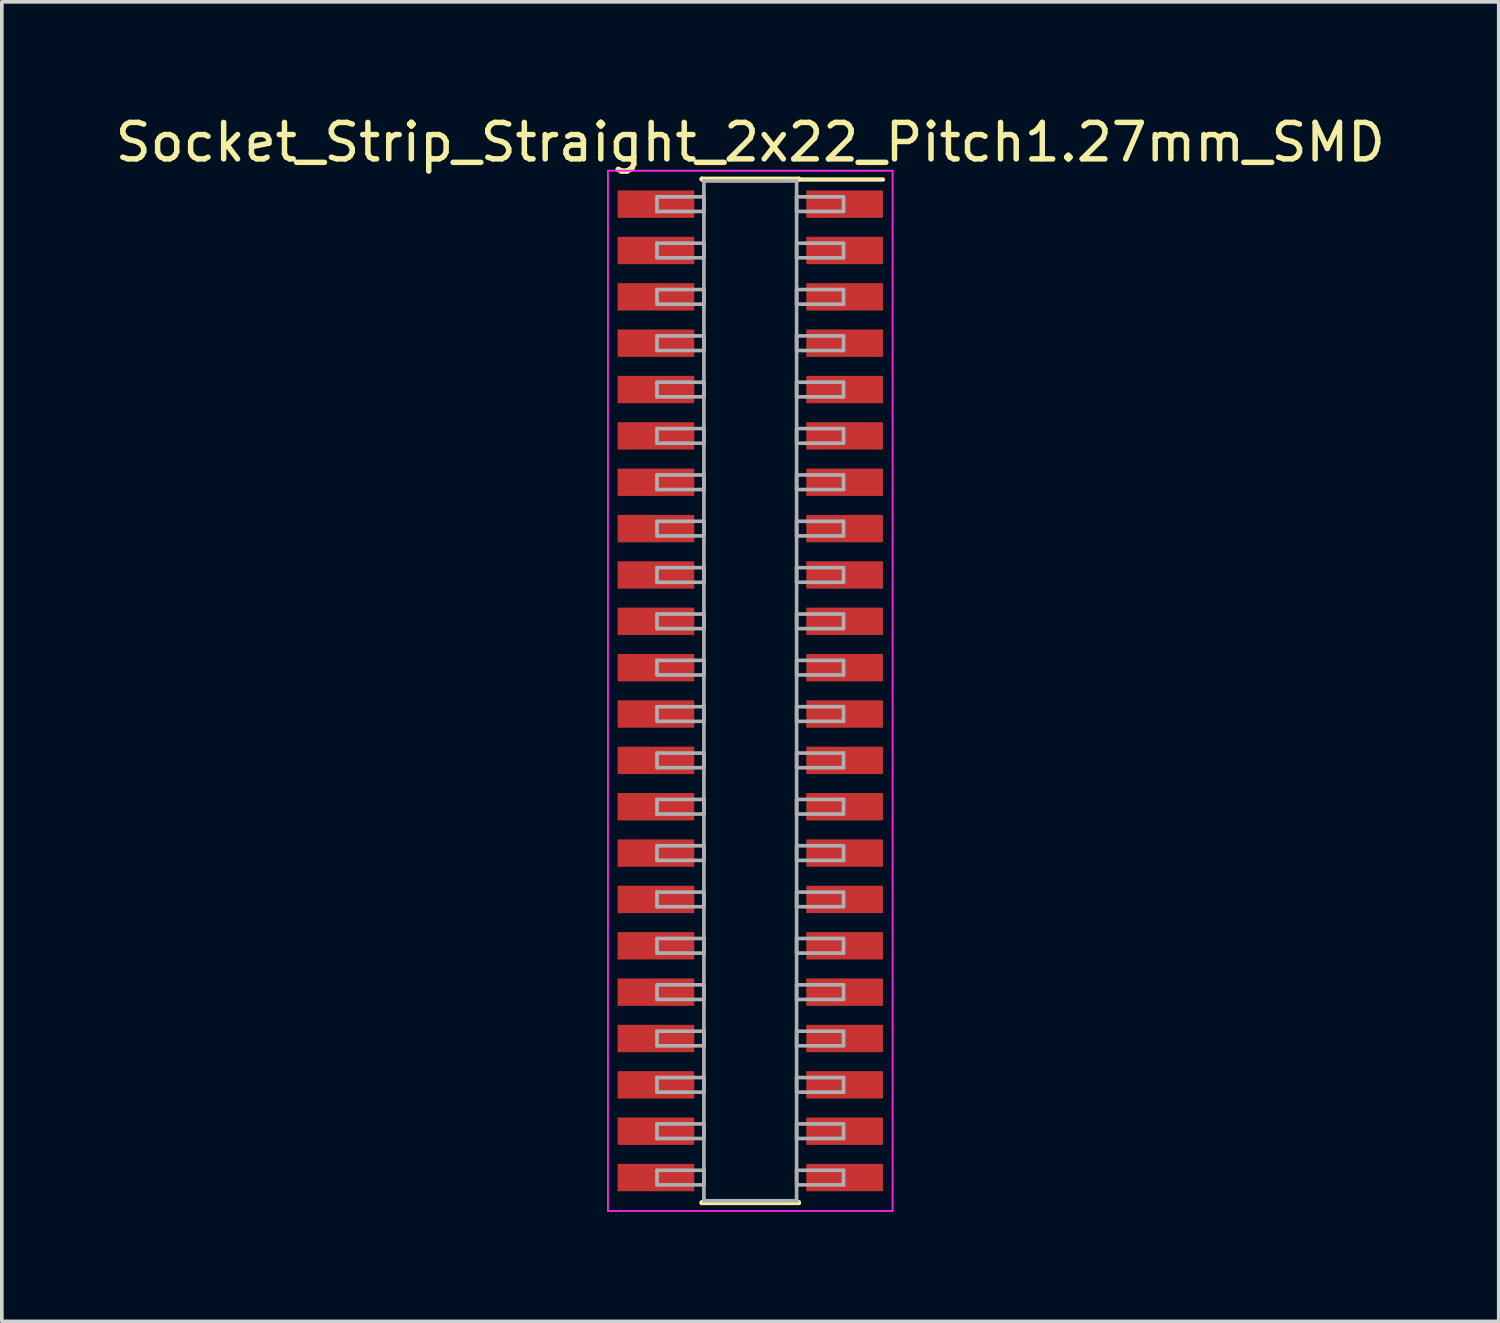
<source format=kicad_pcb>
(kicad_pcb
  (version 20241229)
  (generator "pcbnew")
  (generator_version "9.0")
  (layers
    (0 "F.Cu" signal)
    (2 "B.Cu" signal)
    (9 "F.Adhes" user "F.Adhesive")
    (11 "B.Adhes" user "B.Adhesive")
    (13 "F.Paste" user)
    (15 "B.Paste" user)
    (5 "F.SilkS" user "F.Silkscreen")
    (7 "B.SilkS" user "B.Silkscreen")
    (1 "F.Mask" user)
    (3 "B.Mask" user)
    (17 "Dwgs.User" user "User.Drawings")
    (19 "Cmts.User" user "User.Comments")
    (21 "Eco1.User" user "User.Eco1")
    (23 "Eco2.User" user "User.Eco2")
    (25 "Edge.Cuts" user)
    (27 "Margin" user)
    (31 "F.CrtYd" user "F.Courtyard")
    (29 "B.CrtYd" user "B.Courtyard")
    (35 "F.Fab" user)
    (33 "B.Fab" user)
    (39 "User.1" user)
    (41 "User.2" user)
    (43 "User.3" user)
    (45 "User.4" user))
  (footprint "Socket_Strip_Straight_2x22_Pitch1.27mm_SMD"
    (layer "F.Cu")
    (at 17.506 15.878)
    (property "Reference" "Socket_Strip_Straight_2x22_Pitch1.27mm_SMD" (at 0 -15.03 0) (layer "F.SilkS") (effects (font (size 1 1) (thickness 0.15))))
    (attr smd)
    (fp_line (start -1.33 -14.03) (end 1.33 -14.03) (stroke (width 0.12) (type solid)) (layer "F.SilkS"))
    (fp_line (start -1.33 -14.01) (end -1.33 -14.03) (stroke (width 0.12) (type solid)) (layer "F.SilkS"))
    (fp_line (start -1.33 14.01) (end -1.33 14.03) (stroke (width 0.12) (type solid)) (layer "F.SilkS"))
    (fp_line (start -1.33 14.03) (end 1.33 14.03) (stroke (width 0.12) (type solid)) (layer "F.SilkS"))
    (fp_line (start 1.33 -14.03) (end 1.33 -14.01) (stroke (width 0.12) (type solid)) (layer "F.SilkS"))
    (fp_line (start 1.33 14.03) (end 1.33 14.01) (stroke (width 0.12) (type solid)) (layer "F.SilkS"))
    (fp_line (start 3.635 -14.01) (end 1.33 -14.01) (stroke (width 0.12) (type solid)) (layer "F.SilkS"))
    (fp_line (start -3.9 -14.25) (end -3.9 14.25) (stroke (width 0.05) (type solid)) (layer "F.CrtYd"))
    (fp_line (start -3.9 14.25) (end 3.9 14.25) (stroke (width 0.05) (type solid)) (layer "F.CrtYd"))
    (fp_line (start 3.9 -14.25) (end -3.9 -14.25) (stroke (width 0.05) (type solid)) (layer "F.CrtYd"))
    (fp_line (start 3.9 14.25) (end 3.9 -14.25) (stroke (width 0.05) (type solid)) (layer "F.CrtYd"))
    (fp_line (start -2.555 -13.535) (end -1.27 -13.535) (stroke (width 0.1) (type solid)) (layer "F.Fab"))
    (fp_line (start -2.555 -13.135) (end -2.555 -13.535) (stroke (width 0.1) (type solid)) (layer "F.Fab"))
    (fp_line (start -2.555 -12.265) (end -1.27 -12.265) (stroke (width 0.1) (type solid)) (layer "F.Fab"))
    (fp_line (start -2.555 -11.865) (end -2.555 -12.265) (stroke (width 0.1) (type solid)) (layer "F.Fab"))
    (fp_line (start -2.555 -10.995) (end -1.27 -10.995) (stroke (width 0.1) (type solid)) (layer "F.Fab"))
    (fp_line (start -2.555 -10.595) (end -2.555 -10.995) (stroke (width 0.1) (type solid)) (layer "F.Fab"))
    (fp_line (start -2.555 -9.725) (end -1.27 -9.725) (stroke (width 0.1) (type solid)) (layer "F.Fab"))
    (fp_line (start -2.555 -9.325) (end -2.555 -9.725) (stroke (width 0.1) (type solid)) (layer "F.Fab"))
    (fp_line (start -2.555 -8.455) (end -1.27 -8.455) (stroke (width 0.1) (type solid)) (layer "F.Fab"))
    (fp_line (start -2.555 -8.055) (end -2.555 -8.455) (stroke (width 0.1) (type solid)) (layer "F.Fab"))
    (fp_line (start -2.555 -7.185) (end -1.27 -7.185) (stroke (width 0.1) (type solid)) (layer "F.Fab"))
    (fp_line (start -2.555 -6.785) (end -2.555 -7.185) (stroke (width 0.1) (type solid)) (layer "F.Fab"))
    (fp_line (start -2.555 -5.915) (end -1.27 -5.915) (stroke (width 0.1) (type solid)) (layer "F.Fab"))
    (fp_line (start -2.555 -5.515) (end -2.555 -5.915) (stroke (width 0.1) (type solid)) (layer "F.Fab"))
    (fp_line (start -2.555 -4.645) (end -1.27 -4.645) (stroke (width 0.1) (type solid)) (layer "F.Fab"))
    (fp_line (start -2.555 -4.245) (end -2.555 -4.645) (stroke (width 0.1) (type solid)) (layer "F.Fab"))
    (fp_line (start -2.555 -3.375) (end -1.27 -3.375) (stroke (width 0.1) (type solid)) (layer "F.Fab"))
    (fp_line (start -2.555 -2.975) (end -2.555 -3.375) (stroke (width 0.1) (type solid)) (layer "F.Fab"))
    (fp_line (start -2.555 -2.105) (end -1.27 -2.105) (stroke (width 0.1) (type solid)) (layer "F.Fab"))
    (fp_line (start -2.555 -1.705) (end -2.555 -2.105) (stroke (width 0.1) (type solid)) (layer "F.Fab"))
    (fp_line (start -2.555 -0.835) (end -1.27 -0.835) (stroke (width 0.1) (type solid)) (layer "F.Fab"))
    (fp_line (start -2.555 -0.435) (end -2.555 -0.835) (stroke (width 0.1) (type solid)) (layer "F.Fab"))
    (fp_line (start -2.555 0.435) (end -1.27 0.435) (stroke (width 0.1) (type solid)) (layer "F.Fab"))
    (fp_line (start -2.555 0.835) (end -2.555 0.435) (stroke (width 0.1) (type solid)) (layer "F.Fab"))
    (fp_line (start -2.555 1.705) (end -1.27 1.705) (stroke (width 0.1) (type solid)) (layer "F.Fab"))
    (fp_line (start -2.555 2.105) (end -2.555 1.705) (stroke (width 0.1) (type solid)) (layer "F.Fab"))
    (fp_line (start -2.555 2.975) (end -1.27 2.975) (stroke (width 0.1) (type solid)) (layer "F.Fab"))
    (fp_line (start -2.555 3.375) (end -2.555 2.975) (stroke (width 0.1) (type solid)) (layer "F.Fab"))
    (fp_line (start -2.555 4.245) (end -1.27 4.245) (stroke (width 0.1) (type solid)) (layer "F.Fab"))
    (fp_line (start -2.555 4.645) (end -2.555 4.245) (stroke (width 0.1) (type solid)) (layer "F.Fab"))
    (fp_line (start -2.555 5.515) (end -1.27 5.515) (stroke (width 0.1) (type solid)) (layer "F.Fab"))
    (fp_line (start -2.555 5.915) (end -2.555 5.515) (stroke (width 0.1) (type solid)) (layer "F.Fab"))
    (fp_line (start -2.555 6.785) (end -1.27 6.785) (stroke (width 0.1) (type solid)) (layer "F.Fab"))
    (fp_line (start -2.555 7.185) (end -2.555 6.785) (stroke (width 0.1) (type solid)) (layer "F.Fab"))
    (fp_line (start -2.555 8.055) (end -1.27 8.055) (stroke (width 0.1) (type solid)) (layer "F.Fab"))
    (fp_line (start -2.555 8.455) (end -2.555 8.055) (stroke (width 0.1) (type solid)) (layer "F.Fab"))
    (fp_line (start -2.555 9.325) (end -1.27 9.325) (stroke (width 0.1) (type solid)) (layer "F.Fab"))
    (fp_line (start -2.555 9.725) (end -2.555 9.325) (stroke (width 0.1) (type solid)) (layer "F.Fab"))
    (fp_line (start -2.555 10.595) (end -1.27 10.595) (stroke (width 0.1) (type solid)) (layer "F.Fab"))
    (fp_line (start -2.555 10.995) (end -2.555 10.595) (stroke (width 0.1) (type solid)) (layer "F.Fab"))
    (fp_line (start -2.555 11.865) (end -1.27 11.865) (stroke (width 0.1) (type solid)) (layer "F.Fab"))
    (fp_line (start -2.555 12.265) (end -2.555 11.865) (stroke (width 0.1) (type solid)) (layer "F.Fab"))
    (fp_line (start -2.555 13.135) (end -1.27 13.135) (stroke (width 0.1) (type solid)) (layer "F.Fab"))
    (fp_line (start -2.555 13.535) (end -2.555 13.135) (stroke (width 0.1) (type solid)) (layer "F.Fab"))
    (fp_line (start -1.27 -13.97) (end -1.27 13.97) (stroke (width 0.1) (type solid)) (layer "F.Fab"))
    (fp_line (start -1.27 -13.535) (end -1.27 -13.135) (stroke (width 0.1) (type solid)) (layer "F.Fab"))
    (fp_line (start -1.27 -13.135) (end -2.555 -13.135) (stroke (width 0.1) (type solid)) (layer "F.Fab"))
    (fp_line (start -1.27 -12.265) (end -1.27 -11.865) (stroke (width 0.1) (type solid)) (layer "F.Fab"))
    (fp_line (start -1.27 -11.865) (end -2.555 -11.865) (stroke (width 0.1) (type solid)) (layer "F.Fab"))
    (fp_line (start -1.27 -10.995) (end -1.27 -10.595) (stroke (width 0.1) (type solid)) (layer "F.Fab"))
    (fp_line (start -1.27 -10.595) (end -2.555 -10.595) (stroke (width 0.1) (type solid)) (layer "F.Fab"))
    (fp_line (start -1.27 -9.725) (end -1.27 -9.325) (stroke (width 0.1) (type solid)) (layer "F.Fab"))
    (fp_line (start -1.27 -9.325) (end -2.555 -9.325) (stroke (width 0.1) (type solid)) (layer "F.Fab"))
    (fp_line (start -1.27 -8.455) (end -1.27 -8.055) (stroke (width 0.1) (type solid)) (layer "F.Fab"))
    (fp_line (start -1.27 -8.055) (end -2.555 -8.055) (stroke (width 0.1) (type solid)) (layer "F.Fab"))
    (fp_line (start -1.27 -7.185) (end -1.27 -6.785) (stroke (width 0.1) (type solid)) (layer "F.Fab"))
    (fp_line (start -1.27 -6.785) (end -2.555 -6.785) (stroke (width 0.1) (type solid)) (layer "F.Fab"))
    (fp_line (start -1.27 -5.915) (end -1.27 -5.515) (stroke (width 0.1) (type solid)) (layer "F.Fab"))
    (fp_line (start -1.27 -5.515) (end -2.555 -5.515) (stroke (width 0.1) (type solid)) (layer "F.Fab"))
    (fp_line (start -1.27 -4.645) (end -1.27 -4.245) (stroke (width 0.1) (type solid)) (layer "F.Fab"))
    (fp_line (start -1.27 -4.245) (end -2.555 -4.245) (stroke (width 0.1) (type solid)) (layer "F.Fab"))
    (fp_line (start -1.27 -3.375) (end -1.27 -2.975) (stroke (width 0.1) (type solid)) (layer "F.Fab"))
    (fp_line (start -1.27 -2.975) (end -2.555 -2.975) (stroke (width 0.1) (type solid)) (layer "F.Fab"))
    (fp_line (start -1.27 -2.105) (end -1.27 -1.705) (stroke (width 0.1) (type solid)) (layer "F.Fab"))
    (fp_line (start -1.27 -1.705) (end -2.555 -1.705) (stroke (width 0.1) (type solid)) (layer "F.Fab"))
    (fp_line (start -1.27 -0.835) (end -1.27 -0.435) (stroke (width 0.1) (type solid)) (layer "F.Fab"))
    (fp_line (start -1.27 -0.435) (end -2.555 -0.435) (stroke (width 0.1) (type solid)) (layer "F.Fab"))
    (fp_line (start -1.27 0.435) (end -1.27 0.835) (stroke (width 0.1) (type solid)) (layer "F.Fab"))
    (fp_line (start -1.27 0.835) (end -2.555 0.835) (stroke (width 0.1) (type solid)) (layer "F.Fab"))
    (fp_line (start -1.27 1.705) (end -1.27 2.105) (stroke (width 0.1) (type solid)) (layer "F.Fab"))
    (fp_line (start -1.27 2.105) (end -2.555 2.105) (stroke (width 0.1) (type solid)) (layer "F.Fab"))
    (fp_line (start -1.27 2.975) (end -1.27 3.375) (stroke (width 0.1) (type solid)) (layer "F.Fab"))
    (fp_line (start -1.27 3.375) (end -2.555 3.375) (stroke (width 0.1) (type solid)) (layer "F.Fab"))
    (fp_line (start -1.27 4.245) (end -1.27 4.645) (stroke (width 0.1) (type solid)) (layer "F.Fab"))
    (fp_line (start -1.27 4.645) (end -2.555 4.645) (stroke (width 0.1) (type solid)) (layer "F.Fab"))
    (fp_line (start -1.27 5.515) (end -1.27 5.915) (stroke (width 0.1) (type solid)) (layer "F.Fab"))
    (fp_line (start -1.27 5.915) (end -2.555 5.915) (stroke (width 0.1) (type solid)) (layer "F.Fab"))
    (fp_line (start -1.27 6.785) (end -1.27 7.185) (stroke (width 0.1) (type solid)) (layer "F.Fab"))
    (fp_line (start -1.27 7.185) (end -2.555 7.185) (stroke (width 0.1) (type solid)) (layer "F.Fab"))
    (fp_line (start -1.27 8.055) (end -1.27 8.455) (stroke (width 0.1) (type solid)) (layer "F.Fab"))
    (fp_line (start -1.27 8.455) (end -2.555 8.455) (stroke (width 0.1) (type solid)) (layer "F.Fab"))
    (fp_line (start -1.27 9.325) (end -1.27 9.725) (stroke (width 0.1) (type solid)) (layer "F.Fab"))
    (fp_line (start -1.27 9.725) (end -2.555 9.725) (stroke (width 0.1) (type solid)) (layer "F.Fab"))
    (fp_line (start -1.27 10.595) (end -1.27 10.995) (stroke (width 0.1) (type solid)) (layer "F.Fab"))
    (fp_line (start -1.27 10.995) (end -2.555 10.995) (stroke (width 0.1) (type solid)) (layer "F.Fab"))
    (fp_line (start -1.27 11.865) (end -1.27 12.265) (stroke (width 0.1) (type solid)) (layer "F.Fab"))
    (fp_line (start -1.27 12.265) (end -2.555 12.265) (stroke (width 0.1) (type solid)) (layer "F.Fab"))
    (fp_line (start -1.27 13.135) (end -1.27 13.535) (stroke (width 0.1) (type solid)) (layer "F.Fab"))
    (fp_line (start -1.27 13.535) (end -2.555 13.535) (stroke (width 0.1) (type solid)) (layer "F.Fab"))
    (fp_line (start -1.27 13.97) (end 1.27 13.97) (stroke (width 0.1) (type solid)) (layer "F.Fab"))
    (fp_line (start 1.27 -13.97) (end -1.27 -13.97) (stroke (width 0.1) (type solid)) (layer "F.Fab"))
    (fp_line (start 1.27 -13.535) (end 1.27 -13.135) (stroke (width 0.1) (type solid)) (layer "F.Fab"))
    (fp_line (start 1.27 -13.135) (end 2.555 -13.135) (stroke (width 0.1) (type solid)) (layer "F.Fab"))
    (fp_line (start 1.27 -12.265) (end 1.27 -11.865) (stroke (width 0.1) (type solid)) (layer "F.Fab"))
    (fp_line (start 1.27 -11.865) (end 2.555 -11.865) (stroke (width 0.1) (type solid)) (layer "F.Fab"))
    (fp_line (start 1.27 -10.995) (end 1.27 -10.595) (stroke (width 0.1) (type solid)) (layer "F.Fab"))
    (fp_line (start 1.27 -10.595) (end 2.555 -10.595) (stroke (width 0.1) (type solid)) (layer "F.Fab"))
    (fp_line (start 1.27 -9.725) (end 1.27 -9.325) (stroke (width 0.1) (type solid)) (layer "F.Fab"))
    (fp_line (start 1.27 -9.325) (end 2.555 -9.325) (stroke (width 0.1) (type solid)) (layer "F.Fab"))
    (fp_line (start 1.27 -8.455) (end 1.27 -8.055) (stroke (width 0.1) (type solid)) (layer "F.Fab"))
    (fp_line (start 1.27 -8.055) (end 2.555 -8.055) (stroke (width 0.1) (type solid)) (layer "F.Fab"))
    (fp_line (start 1.27 -7.185) (end 1.27 -6.785) (stroke (width 0.1) (type solid)) (layer "F.Fab"))
    (fp_line (start 1.27 -6.785) (end 2.555 -6.785) (stroke (width 0.1) (type solid)) (layer "F.Fab"))
    (fp_line (start 1.27 -5.915) (end 1.27 -5.515) (stroke (width 0.1) (type solid)) (layer "F.Fab"))
    (fp_line (start 1.27 -5.515) (end 2.555 -5.515) (stroke (width 0.1) (type solid)) (layer "F.Fab"))
    (fp_line (start 1.27 -4.645) (end 1.27 -4.245) (stroke (width 0.1) (type solid)) (layer "F.Fab"))
    (fp_line (start 1.27 -4.245) (end 2.555 -4.245) (stroke (width 0.1) (type solid)) (layer "F.Fab"))
    (fp_line (start 1.27 -3.375) (end 1.27 -2.975) (stroke (width 0.1) (type solid)) (layer "F.Fab"))
    (fp_line (start 1.27 -2.975) (end 2.555 -2.975) (stroke (width 0.1) (type solid)) (layer "F.Fab"))
    (fp_line (start 1.27 -2.105) (end 1.27 -1.705) (stroke (width 0.1) (type solid)) (layer "F.Fab"))
    (fp_line (start 1.27 -1.705) (end 2.555 -1.705) (stroke (width 0.1) (type solid)) (layer "F.Fab"))
    (fp_line (start 1.27 -0.835) (end 1.27 -0.435) (stroke (width 0.1) (type solid)) (layer "F.Fab"))
    (fp_line (start 1.27 -0.435) (end 2.555 -0.435) (stroke (width 0.1) (type solid)) (layer "F.Fab"))
    (fp_line (start 1.27 0.435) (end 1.27 0.835) (stroke (width 0.1) (type solid)) (layer "F.Fab"))
    (fp_line (start 1.27 0.835) (end 2.555 0.835) (stroke (width 0.1) (type solid)) (layer "F.Fab"))
    (fp_line (start 1.27 1.705) (end 1.27 2.105) (stroke (width 0.1) (type solid)) (layer "F.Fab"))
    (fp_line (start 1.27 2.105) (end 2.555 2.105) (stroke (width 0.1) (type solid)) (layer "F.Fab"))
    (fp_line (start 1.27 2.975) (end 1.27 3.375) (stroke (width 0.1) (type solid)) (layer "F.Fab"))
    (fp_line (start 1.27 3.375) (end 2.555 3.375) (stroke (width 0.1) (type solid)) (layer "F.Fab"))
    (fp_line (start 1.27 4.245) (end 1.27 4.645) (stroke (width 0.1) (type solid)) (layer "F.Fab"))
    (fp_line (start 1.27 4.645) (end 2.555 4.645) (stroke (width 0.1) (type solid)) (layer "F.Fab"))
    (fp_line (start 1.27 5.515) (end 1.27 5.915) (stroke (width 0.1) (type solid)) (layer "F.Fab"))
    (fp_line (start 1.27 5.915) (end 2.555 5.915) (stroke (width 0.1) (type solid)) (layer "F.Fab"))
    (fp_line (start 1.27 6.785) (end 1.27 7.185) (stroke (width 0.1) (type solid)) (layer "F.Fab"))
    (fp_line (start 1.27 7.185) (end 2.555 7.185) (stroke (width 0.1) (type solid)) (layer "F.Fab"))
    (fp_line (start 1.27 8.055) (end 1.27 8.455) (stroke (width 0.1) (type solid)) (layer "F.Fab"))
    (fp_line (start 1.27 8.455) (end 2.555 8.455) (stroke (width 0.1) (type solid)) (layer "F.Fab"))
    (fp_line (start 1.27 9.325) (end 1.27 9.725) (stroke (width 0.1) (type solid)) (layer "F.Fab"))
    (fp_line (start 1.27 9.725) (end 2.555 9.725) (stroke (width 0.1) (type solid)) (layer "F.Fab"))
    (fp_line (start 1.27 10.595) (end 1.27 10.995) (stroke (width 0.1) (type solid)) (layer "F.Fab"))
    (fp_line (start 1.27 10.995) (end 2.555 10.995) (stroke (width 0.1) (type solid)) (layer "F.Fab"))
    (fp_line (start 1.27 11.865) (end 1.27 12.265) (stroke (width 0.1) (type solid)) (layer "F.Fab"))
    (fp_line (start 1.27 12.265) (end 2.555 12.265) (stroke (width 0.1) (type solid)) (layer "F.Fab"))
    (fp_line (start 1.27 13.135) (end 1.27 13.535) (stroke (width 0.1) (type solid)) (layer "F.Fab"))
    (fp_line (start 1.27 13.535) (end 2.555 13.535) (stroke (width 0.1) (type solid)) (layer "F.Fab"))
    (fp_line (start 1.27 13.97) (end 1.27 -13.97) (stroke (width 0.1) (type solid)) (layer "F.Fab"))
    (fp_line (start 2.555 -13.535) (end 1.27 -13.535) (stroke (width 0.1) (type solid)) (layer "F.Fab"))
    (fp_line (start 2.555 -13.135) (end 2.555 -13.535) (stroke (width 0.1) (type solid)) (layer "F.Fab"))
    (fp_line (start 2.555 -12.265) (end 1.27 -12.265) (stroke (width 0.1) (type solid)) (layer "F.Fab"))
    (fp_line (start 2.555 -11.865) (end 2.555 -12.265) (stroke (width 0.1) (type solid)) (layer "F.Fab"))
    (fp_line (start 2.555 -10.995) (end 1.27 -10.995) (stroke (width 0.1) (type solid)) (layer "F.Fab"))
    (fp_line (start 2.555 -10.595) (end 2.555 -10.995) (stroke (width 0.1) (type solid)) (layer "F.Fab"))
    (fp_line (start 2.555 -9.725) (end 1.27 -9.725) (stroke (width 0.1) (type solid)) (layer "F.Fab"))
    (fp_line (start 2.555 -9.325) (end 2.555 -9.725) (stroke (width 0.1) (type solid)) (layer "F.Fab"))
    (fp_line (start 2.555 -8.455) (end 1.27 -8.455) (stroke (width 0.1) (type solid)) (layer "F.Fab"))
    (fp_line (start 2.555 -8.055) (end 2.555 -8.455) (stroke (width 0.1) (type solid)) (layer "F.Fab"))
    (fp_line (start 2.555 -7.185) (end 1.27 -7.185) (stroke (width 0.1) (type solid)) (layer "F.Fab"))
    (fp_line (start 2.555 -6.785) (end 2.555 -7.185) (stroke (width 0.1) (type solid)) (layer "F.Fab"))
    (fp_line (start 2.555 -5.915) (end 1.27 -5.915) (stroke (width 0.1) (type solid)) (layer "F.Fab"))
    (fp_line (start 2.555 -5.515) (end 2.555 -5.915) (stroke (width 0.1) (type solid)) (layer "F.Fab"))
    (fp_line (start 2.555 -4.645) (end 1.27 -4.645) (stroke (width 0.1) (type solid)) (layer "F.Fab"))
    (fp_line (start 2.555 -4.245) (end 2.555 -4.645) (stroke (width 0.1) (type solid)) (layer "F.Fab"))
    (fp_line (start 2.555 -3.375) (end 1.27 -3.375) (stroke (width 0.1) (type solid)) (layer "F.Fab"))
    (fp_line (start 2.555 -2.975) (end 2.555 -3.375) (stroke (width 0.1) (type solid)) (layer "F.Fab"))
    (fp_line (start 2.555 -2.105) (end 1.27 -2.105) (stroke (width 0.1) (type solid)) (layer "F.Fab"))
    (fp_line (start 2.555 -1.705) (end 2.555 -2.105) (stroke (width 0.1) (type solid)) (layer "F.Fab"))
    (fp_line (start 2.555 -0.835) (end 1.27 -0.835) (stroke (width 0.1) (type solid)) (layer "F.Fab"))
    (fp_line (start 2.555 -0.435) (end 2.555 -0.835) (stroke (width 0.1) (type solid)) (layer "F.Fab"))
    (fp_line (start 2.555 0.435) (end 1.27 0.435) (stroke (width 0.1) (type solid)) (layer "F.Fab"))
    (fp_line (start 2.555 0.835) (end 2.555 0.435) (stroke (width 0.1) (type solid)) (layer "F.Fab"))
    (fp_line (start 2.555 1.705) (end 1.27 1.705) (stroke (width 0.1) (type solid)) (layer "F.Fab"))
    (fp_line (start 2.555 2.105) (end 2.555 1.705) (stroke (width 0.1) (type solid)) (layer "F.Fab"))
    (fp_line (start 2.555 2.975) (end 1.27 2.975) (stroke (width 0.1) (type solid)) (layer "F.Fab"))
    (fp_line (start 2.555 3.375) (end 2.555 2.975) (stroke (width 0.1) (type solid)) (layer "F.Fab"))
    (fp_line (start 2.555 4.245) (end 1.27 4.245) (stroke (width 0.1) (type solid)) (layer "F.Fab"))
    (fp_line (start 2.555 4.645) (end 2.555 4.245) (stroke (width 0.1) (type solid)) (layer "F.Fab"))
    (fp_line (start 2.555 5.515) (end 1.27 5.515) (stroke (width 0.1) (type solid)) (layer "F.Fab"))
    (fp_line (start 2.555 5.915) (end 2.555 5.515) (stroke (width 0.1) (type solid)) (layer "F.Fab"))
    (fp_line (start 2.555 6.785) (end 1.27 6.785) (stroke (width 0.1) (type solid)) (layer "F.Fab"))
    (fp_line (start 2.555 7.185) (end 2.555 6.785) (stroke (width 0.1) (type solid)) (layer "F.Fab"))
    (fp_line (start 2.555 8.055) (end 1.27 8.055) (stroke (width 0.1) (type solid)) (layer "F.Fab"))
    (fp_line (start 2.555 8.455) (end 2.555 8.055) (stroke (width 0.1) (type solid)) (layer "F.Fab"))
    (fp_line (start 2.555 9.325) (end 1.27 9.325) (stroke (width 0.1) (type solid)) (layer "F.Fab"))
    (fp_line (start 2.555 9.725) (end 2.555 9.325) (stroke (width 0.1) (type solid)) (layer "F.Fab"))
    (fp_line (start 2.555 10.595) (end 1.27 10.595) (stroke (width 0.1) (type solid)) (layer "F.Fab"))
    (fp_line (start 2.555 10.995) (end 2.555 10.595) (stroke (width 0.1) (type solid)) (layer "F.Fab"))
    (fp_line (start 2.555 11.865) (end 1.27 11.865) (stroke (width 0.1) (type solid)) (layer "F.Fab"))
    (fp_line (start 2.555 12.265) (end 2.555 11.865) (stroke (width 0.1) (type solid)) (layer "F.Fab"))
    (fp_line (start 2.555 13.135) (end 1.27 13.135) (stroke (width 0.1) (type solid)) (layer "F.Fab"))
    (fp_line (start 2.555 13.535) (end 2.555 13.135) (stroke (width 0.1) (type solid)) (layer "F.Fab"))
    (pad "1" smd rect (at 2.585 -13.335) (size 2.1 0.75) (layers "F.Cu" "F.Mask"))
    (pad "2" smd rect (at -2.585 -13.335) (size 2.1 0.75) (layers "F.Cu" "F.Mask"))
    (pad "3" smd rect (at 2.585 -12.065) (size 2.1 0.75) (layers "F.Cu" "F.Mask"))
    (pad "4" smd rect (at -2.585 -12.065) (size 2.1 0.75) (layers "F.Cu" "F.Mask"))
    (pad "5" smd rect (at 2.585 -10.795) (size 2.1 0.75) (layers "F.Cu" "F.Mask"))
    (pad "6" smd rect (at -2.585 -10.795) (size 2.1 0.75) (layers "F.Cu" "F.Mask"))
    (pad "7" smd rect (at 2.585 -9.525) (size 2.1 0.75) (layers "F.Cu" "F.Mask"))
    (pad "8" smd rect (at -2.585 -9.525) (size 2.1 0.75) (layers "F.Cu" "F.Mask"))
    (pad "9" smd rect (at 2.585 -8.255) (size 2.1 0.75) (layers "F.Cu" "F.Mask"))
    (pad "10" smd rect (at -2.585 -8.255) (size 2.1 0.75) (layers "F.Cu" "F.Mask"))
    (pad "11" smd rect (at 2.585 -6.985) (size 2.1 0.75) (layers "F.Cu" "F.Mask"))
    (pad "12" smd rect (at -2.585 -6.985) (size 2.1 0.75) (layers "F.Cu" "F.Mask"))
    (pad "13" smd rect (at 2.585 -5.715) (size 2.1 0.75) (layers "F.Cu" "F.Mask"))
    (pad "14" smd rect (at -2.585 -5.715) (size 2.1 0.75) (layers "F.Cu" "F.Mask"))
    (pad "15" smd rect (at 2.585 -4.445) (size 2.1 0.75) (layers "F.Cu" "F.Mask"))
    (pad "16" smd rect (at -2.585 -4.445) (size 2.1 0.75) (layers "F.Cu" "F.Mask"))
    (pad "17" smd rect (at 2.585 -3.175) (size 2.1 0.75) (layers "F.Cu" "F.Mask"))
    (pad "18" smd rect (at -2.585 -3.175) (size 2.1 0.75) (layers "F.Cu" "F.Mask"))
    (pad "19" smd rect (at 2.585 -1.905) (size 2.1 0.75) (layers "F.Cu" "F.Mask"))
    (pad "20" smd rect (at -2.585 -1.905) (size 2.1 0.75) (layers "F.Cu" "F.Mask"))
    (pad "21" smd rect (at 2.585 -0.635) (size 2.1 0.75) (layers "F.Cu" "F.Mask"))
    (pad "22" smd rect (at -2.585 -0.635) (size 2.1 0.75) (layers "F.Cu" "F.Mask"))
    (pad "23" smd rect (at 2.585 0.635) (size 2.1 0.75) (layers "F.Cu" "F.Mask"))
    (pad "24" smd rect (at -2.585 0.635) (size 2.1 0.75) (layers "F.Cu" "F.Mask"))
    (pad "25" smd rect (at 2.585 1.905) (size 2.1 0.75) (layers "F.Cu" "F.Mask"))
    (pad "26" smd rect (at -2.585 1.905) (size 2.1 0.75) (layers "F.Cu" "F.Mask"))
    (pad "27" smd rect (at 2.585 3.175) (size 2.1 0.75) (layers "F.Cu" "F.Mask"))
    (pad "28" smd rect (at -2.585 3.175) (size 2.1 0.75) (layers "F.Cu" "F.Mask"))
    (pad "29" smd rect (at 2.585 4.445) (size 2.1 0.75) (layers "F.Cu" "F.Mask"))
    (pad "30" smd rect (at -2.585 4.445) (size 2.1 0.75) (layers "F.Cu" "F.Mask"))
    (pad "31" smd rect (at 2.585 5.715) (size 2.1 0.75) (layers "F.Cu" "F.Mask"))
    (pad "32" smd rect (at -2.585 5.715) (size 2.1 0.75) (layers "F.Cu" "F.Mask"))
    (pad "33" smd rect (at 2.585 6.985) (size 2.1 0.75) (layers "F.Cu" "F.Mask"))
    (pad "34" smd rect (at -2.585 6.985) (size 2.1 0.75) (layers "F.Cu" "F.Mask"))
    (pad "35" smd rect (at 2.585 8.255) (size 2.1 0.75) (layers "F.Cu" "F.Mask"))
    (pad "36" smd rect (at -2.585 8.255) (size 2.1 0.75) (layers "F.Cu" "F.Mask"))
    (pad "37" smd rect (at 2.585 9.525) (size 2.1 0.75) (layers "F.Cu" "F.Mask"))
    (pad "38" smd rect (at -2.585 9.525) (size 2.1 0.75) (layers "F.Cu" "F.Mask"))
    (pad "39" smd rect (at 2.585 10.795) (size 2.1 0.75) (layers "F.Cu" "F.Mask"))
    (pad "40" smd rect (at -2.585 10.795) (size 2.1 0.75) (layers "F.Cu" "F.Mask"))
    (pad "41" smd rect (at 2.585 12.065) (size 2.1 0.75) (layers "F.Cu" "F.Mask"))
    (pad "42" smd rect (at -2.585 12.065) (size 2.1 0.75) (layers "F.Cu" "F.Mask"))
    (pad "43" smd rect (at 2.585 13.335) (size 2.1 0.75) (layers "F.Cu" "F.Mask"))
    (pad "44" smd rect (at -2.585 13.335) (size 2.1 0.75) (layers "F.Cu" "F.Mask")))
  (gr_rect
    (start -3 -3)
    (end 38.012 33.153)
    (stroke (width 0.1) (type default))
    (fill no)
    (layer "Edge.Cuts")))
</source>
